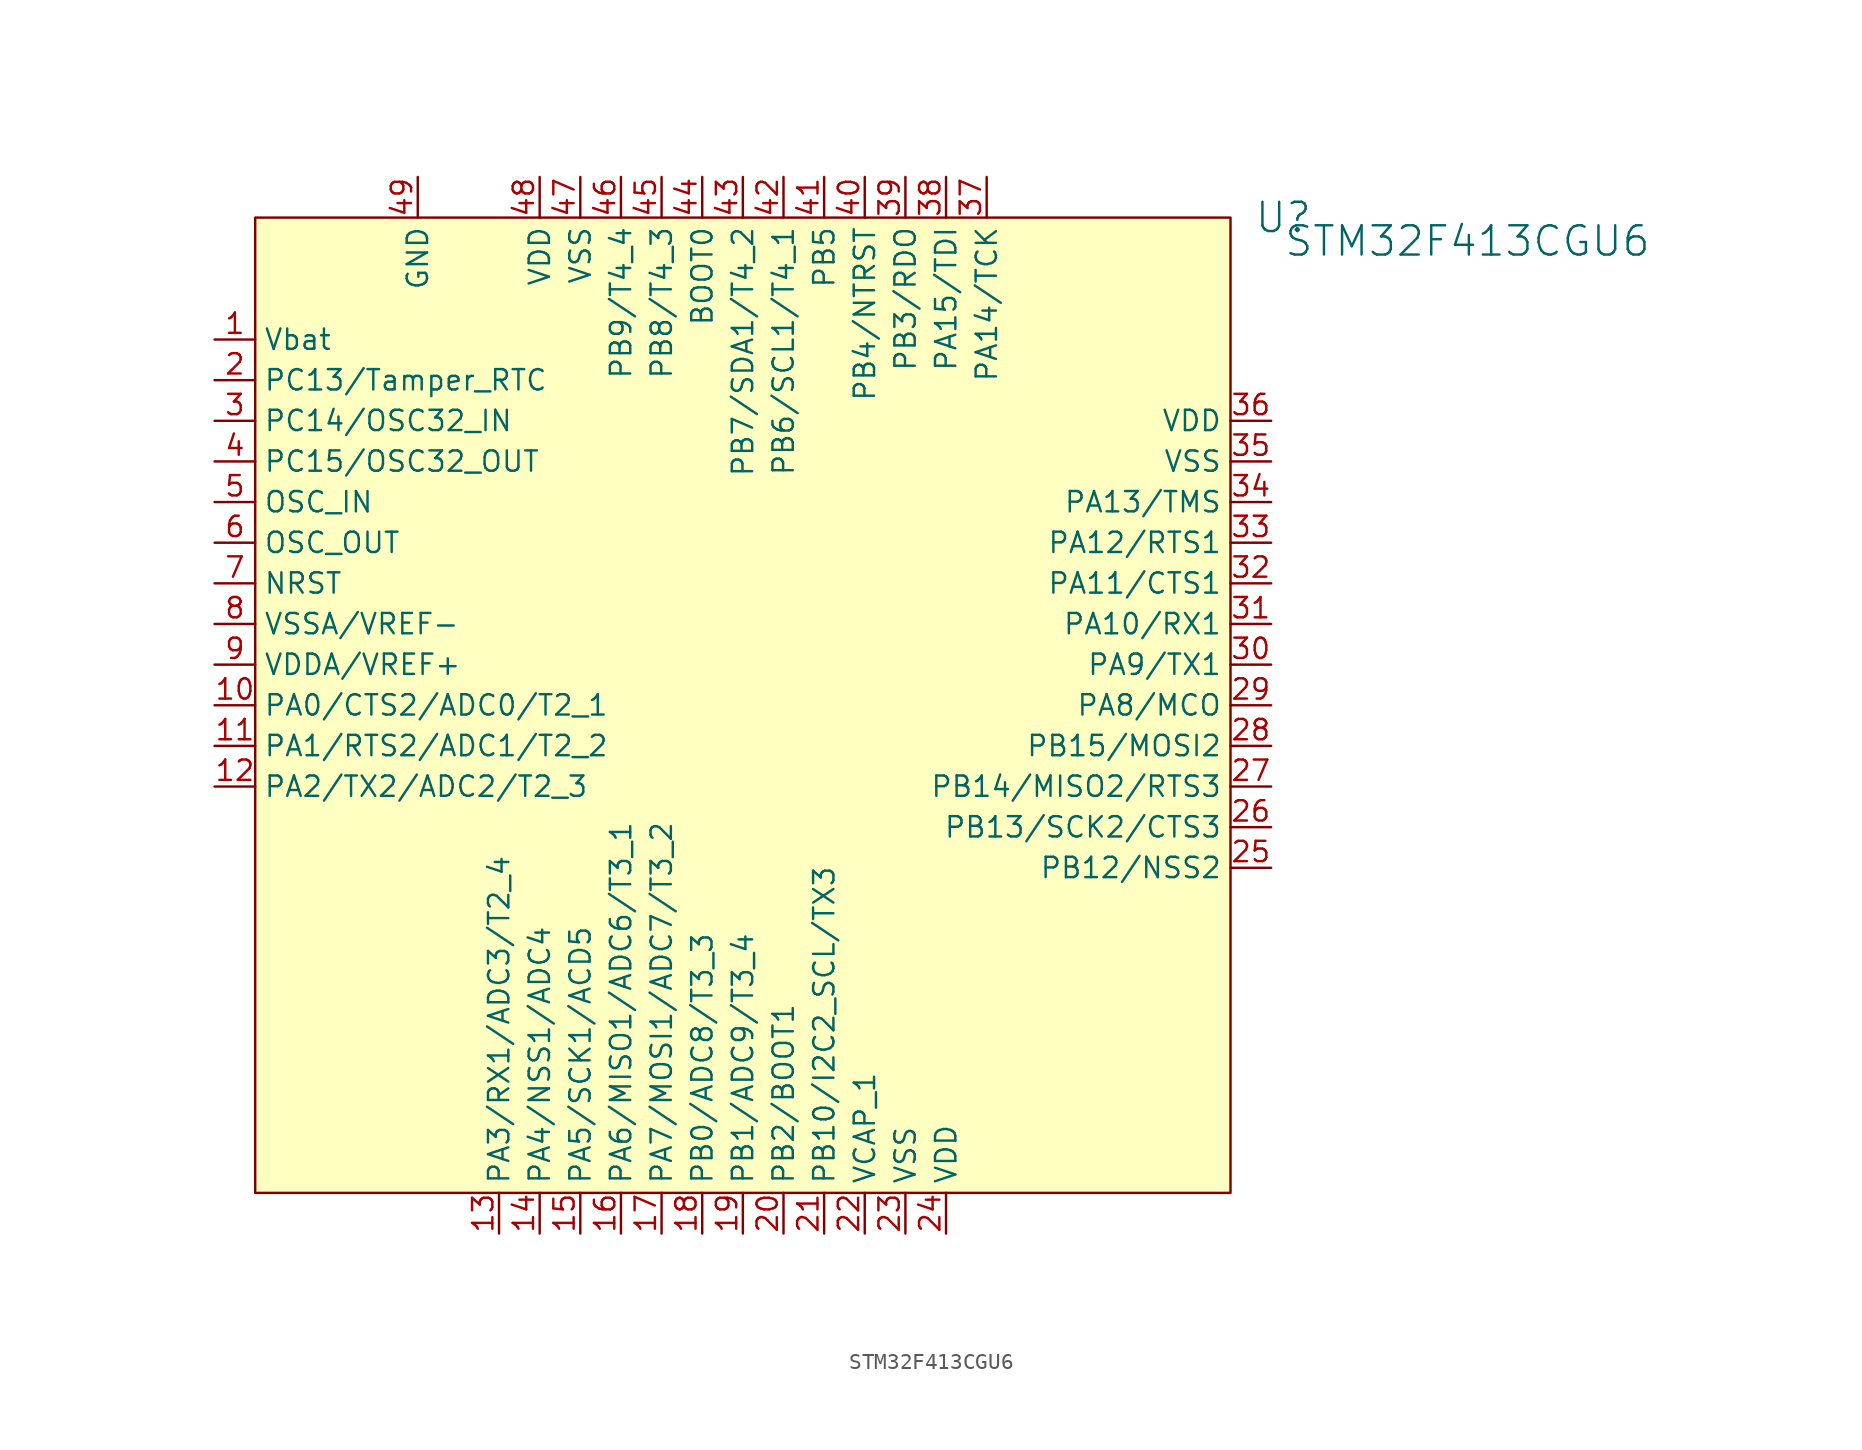
<source format=kicad_sym>
(kicad_symbol_lib
  (version 20241209)
  (generator "kicad_symbol_editor")
  (generator_version "9.0")
  (symbol "STM32F413CGU6"
    (property "Reference" "U"
      (at 64.262 0 0)
      (effects (font (size 1.829 1.829))))
    (property "Value" "STM32F413CGU6"
      (at 64.262 -2.54 0)
      (effects (font (size 1.829 1.829)) (justify left bottom)))
    (symbol "STM32F413CGU6_1_0"
      (rectangle (start 60.96 0) (end 0 -60.96) (stroke (width 0) (type solid) (color 128 0 0 1)) (fill (type background)))
      (pin passive line (at -2.54 -7.62 0) (length 2.54) (name "Vbat" (effects (font (size 1.27 1.27)))) (number "1" (effects (font (size 1.27 1.27)))))
      (pin passive line (at -2.54 -10.16 0) (length 2.54) (name "PC13/Tamper_RTC" (effects (font (size 1.27 1.27)))) (number "2" (effects (font (size 1.27 1.27)))))
      (pin passive line (at -2.54 -12.7 0) (length 2.54) (name "PC14/OSC32_IN" (effects (font (size 1.27 1.27)))) (number "3" (effects (font (size 1.27 1.27)))))
      (pin passive line (at -2.54 -15.24 0) (length 2.54) (name "PC15/OSC32_OUT" (effects (font (size 1.27 1.27)))) (number "4" (effects (font (size 1.27 1.27)))))
      (pin passive line (at -2.54 -17.78 0) (length 2.54) (name "OSC_IN" (effects (font (size 1.27 1.27)))) (number "5" (effects (font (size 1.27 1.27)))))
      (pin passive line (at -2.54 -20.32 0) (length 2.54) (name "OSC_OUT" (effects (font (size 1.27 1.27)))) (number "6" (effects (font (size 1.27 1.27)))))
      (pin passive line (at -2.54 -22.86 0) (length 2.54) (name "NRST" (effects (font (size 1.27 1.27)))) (number "7" (effects (font (size 1.27 1.27)))))
      (pin passive line (at -2.54 -25.4 0) (length 2.54) (name "VSSA/VREF-" (effects (font (size 1.27 1.27)))) (number "8" (effects (font (size 1.27 1.27)))))
      (pin passive line (at -2.54 -27.94 0) (length 2.54) (name "VDDA/VREF+" (effects (font (size 1.27 1.27)))) (number "9" (effects (font (size 1.27 1.27)))))
      (pin passive line (at -2.54 -30.48 0) (length 2.54) (name "PA0/CTS2/ADC0/T2_1" (effects (font (size 1.27 1.27)))) (number "10" (effects (font (size 1.27 1.27)))))
      (pin passive line (at -2.54 -33.02 0) (length 2.54) (name "PA1/RTS2/ADC1/T2_2" (effects (font (size 1.27 1.27)))) (number "11" (effects (font (size 1.27 1.27)))))
      (pin passive line (at -2.54 -35.56 0) (length 2.54) (name "PA2/TX2/ADC2/T2_3" (effects (font (size 1.27 1.27)))) (number "12" (effects (font (size 1.27 1.27)))))
      (pin passive line (at 10.16 2.54 270) (length 2.54) (name "GND" (effects (font (size 1.27 1.27)))) (number "49" (effects (font (size 1.27 1.27)))))
      (pin passive line (at 15.24 -63.5 90) (length 2.54) (name "PA3/RX1/ADC3/T2_4" (effects (font (size 1.27 1.27)))) (number "13" (effects (font (size 1.27 1.27)))))
      (pin passive line (at 17.78 2.54 270) (length 2.54) (name "VDD" (effects (font (size 1.27 1.27)))) (number "48" (effects (font (size 1.27 1.27)))))
      (pin passive line (at 17.78 -63.5 90) (length 2.54) (name "PA4/NSS1/ADC4" (effects (font (size 1.27 1.27)))) (number "14" (effects (font (size 1.27 1.27)))))
      (pin passive line (at 20.32 2.54 270) (length 2.54) (name "VSS" (effects (font (size 1.27 1.27)))) (number "47" (effects (font (size 1.27 1.27)))))
      (pin passive line (at 20.32 -63.5 90) (length 2.54) (name "PA5/SCK1/ACD5" (effects (font (size 1.27 1.27)))) (number "15" (effects (font (size 1.27 1.27)))))
      (pin passive line (at 22.86 2.54 270) (length 2.54) (name "PB9/T4_4" (effects (font (size 1.27 1.27)))) (number "46" (effects (font (size 1.27 1.27)))))
      (pin passive line (at 22.86 -63.5 90) (length 2.54) (name "PA6/MISO1/ADC6/T3_1" (effects (font (size 1.27 1.27)))) (number "16" (effects (font (size 1.27 1.27)))))
      (pin passive line (at 25.4 2.54 270) (length 2.54) (name "PB8/T4_3" (effects (font (size 1.27 1.27)))) (number "45" (effects (font (size 1.27 1.27)))))
      (pin passive line (at 25.4 -63.5 90) (length 2.54) (name "PA7/MOSI1/ADC7/T3_2" (effects (font (size 1.27 1.27)))) (number "17" (effects (font (size 1.27 1.27)))))
      (pin passive line (at 27.94 2.54 270) (length 2.54) (name "BOOT0" (effects (font (size 1.27 1.27)))) (number "44" (effects (font (size 1.27 1.27)))))
      (pin passive line (at 27.94 -63.5 90) (length 2.54) (name "PB0/ADC8/T3_3" (effects (font (size 1.27 1.27)))) (number "18" (effects (font (size 1.27 1.27)))))
      (pin passive line (at 30.48 2.54 270) (length 2.54) (name "PB7/SDA1/T4_2" (effects (font (size 1.27 1.27)))) (number "43" (effects (font (size 1.27 1.27)))))
      (pin passive line (at 30.48 -63.5 90) (length 2.54) (name "PB1/ADC9/T3_4" (effects (font (size 1.27 1.27)))) (number "19" (effects (font (size 1.27 1.27)))))
      (pin passive line (at 33.02 2.54 270) (length 2.54) (name "PB6/SCL1/T4_1" (effects (font (size 1.27 1.27)))) (number "42" (effects (font (size 1.27 1.27)))))
      (pin passive line (at 33.02 -63.5 90) (length 2.54) (name "PB2/BOOT1" (effects (font (size 1.27 1.27)))) (number "20" (effects (font (size 1.27 1.27)))))
      (pin passive line (at 35.56 2.54 270) (length 2.54) (name "PB5" (effects (font (size 1.27 1.27)))) (number "41" (effects (font (size 1.27 1.27)))))
      (pin passive line (at 35.56 -63.5 90) (length 2.54) (name "PB10/I2C2_SCL/TX3" (effects (font (size 1.27 1.27)))) (number "21" (effects (font (size 1.27 1.27)))))
      (pin passive line (at 38.1 2.54 270) (length 2.54) (name "PB4/NTRST" (effects (font (size 1.27 1.27)))) (number "40" (effects (font (size 1.27 1.27)))))
      (pin passive line (at 38.1 -63.5 90) (length 2.54) (name "VCAP_1" (effects (font (size 1.27 1.27)))) (number "22" (effects (font (size 1.27 1.27)))))
      (pin passive line (at 40.64 2.54 270) (length 2.54) (name "PB3/RDO" (effects (font (size 1.27 1.27)))) (number "39" (effects (font (size 1.27 1.27)))))
      (pin passive line (at 40.64 -63.5 90) (length 2.54) (name "VSS" (effects (font (size 1.27 1.27)))) (number "23" (effects (font (size 1.27 1.27)))))
      (pin passive line (at 43.18 2.54 270) (length 2.54) (name "PA15/TDI" (effects (font (size 1.27 1.27)))) (number "38" (effects (font (size 1.27 1.27)))))
      (pin passive line (at 43.18 -63.5 90) (length 2.54) (name "VDD" (effects (font (size 1.27 1.27)))) (number "24" (effects (font (size 1.27 1.27)))))
      (pin passive line (at 45.72 2.54 270) (length 2.54) (name "PA14/TCK" (effects (font (size 1.27 1.27)))) (number "37" (effects (font (size 1.27 1.27)))))
      (pin passive line (at 63.5 -12.7 180) (length 2.54) (name "VDD" (effects (font (size 1.27 1.27)))) (number "36" (effects (font (size 1.27 1.27)))))
      (pin passive line (at 63.5 -15.24 180) (length 2.54) (name "VSS" (effects (font (size 1.27 1.27)))) (number "35" (effects (font (size 1.27 1.27)))))
      (pin passive line (at 63.5 -17.78 180) (length 2.54) (name "PA13/TMS" (effects (font (size 1.27 1.27)))) (number "34" (effects (font (size 1.27 1.27)))))
      (pin passive line (at 63.5 -20.32 180) (length 2.54) (name "PA12/RTS1" (effects (font (size 1.27 1.27)))) (number "33" (effects (font (size 1.27 1.27)))))
      (pin passive line (at 63.5 -22.86 180) (length 2.54) (name "PA11/CTS1" (effects (font (size 1.27 1.27)))) (number "32" (effects (font (size 1.27 1.27)))))
      (pin passive line (at 63.5 -25.4 180) (length 2.54) (name "PA10/RX1" (effects (font (size 1.27 1.27)))) (number "31" (effects (font (size 1.27 1.27)))))
      (pin passive line (at 63.5 -27.94 180) (length 2.54) (name "PA9/TX1" (effects (font (size 1.27 1.27)))) (number "30" (effects (font (size 1.27 1.27)))))
      (pin passive line (at 63.5 -30.48 180) (length 2.54) (name "PA8/MCO" (effects (font (size 1.27 1.27)))) (number "29" (effects (font (size 1.27 1.27)))))
      (pin passive line (at 63.5 -33.02 180) (length 2.54) (name "PB15/MOSI2" (effects (font (size 1.27 1.27)))) (number "28" (effects (font (size 1.27 1.27)))))
      (pin passive line (at 63.5 -35.56 180) (length 2.54) (name "PB14/MISO2/RTS3" (effects (font (size 1.27 1.27)))) (number "27" (effects (font (size 1.27 1.27)))))
      (pin passive line (at 63.5 -38.1 180) (length 2.54) (name "PB13/SCK2/CTS3" (effects (font (size 1.27 1.27)))) (number "26" (effects (font (size 1.27 1.27)))))
      (pin passive line (at 63.5 -40.64 180) (length 2.54) (name "PB12/NSS2" (effects (font (size 1.27 1.27)))) (number "25" (effects (font (size 1.27 1.27))))))))
</source>
